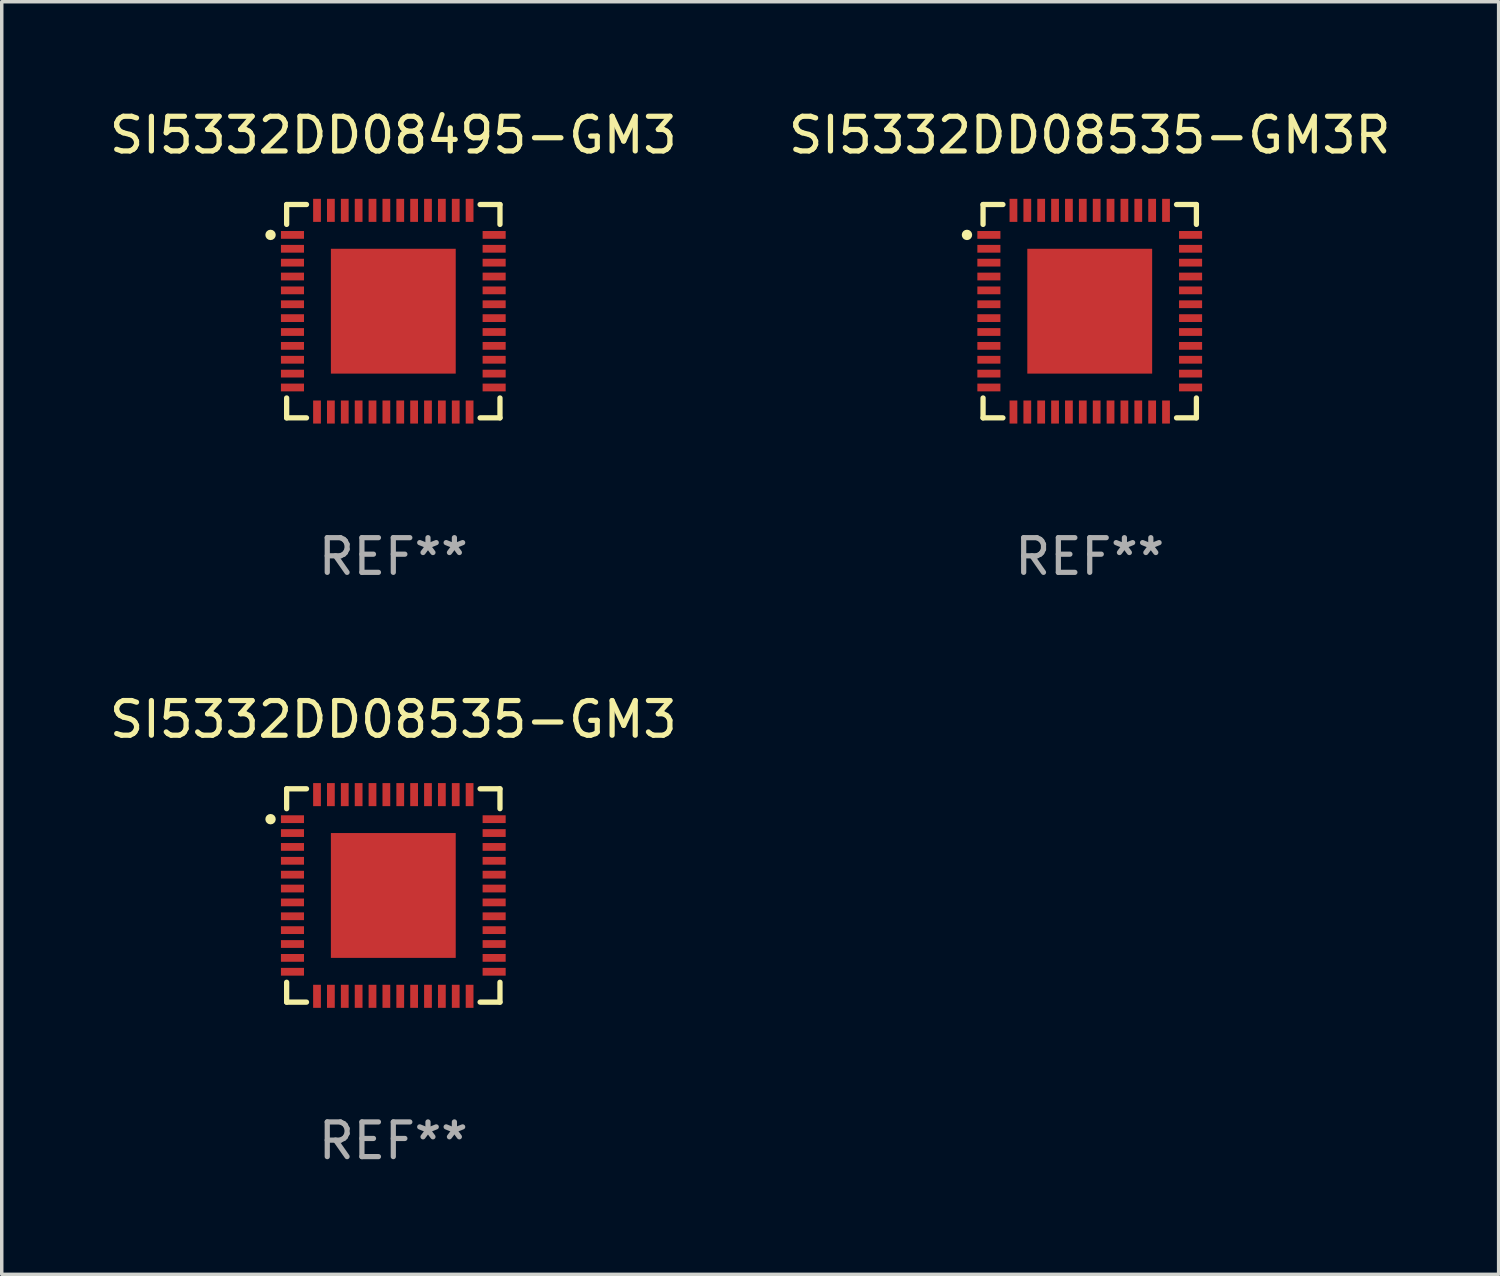
<source format=kicad_pcb>
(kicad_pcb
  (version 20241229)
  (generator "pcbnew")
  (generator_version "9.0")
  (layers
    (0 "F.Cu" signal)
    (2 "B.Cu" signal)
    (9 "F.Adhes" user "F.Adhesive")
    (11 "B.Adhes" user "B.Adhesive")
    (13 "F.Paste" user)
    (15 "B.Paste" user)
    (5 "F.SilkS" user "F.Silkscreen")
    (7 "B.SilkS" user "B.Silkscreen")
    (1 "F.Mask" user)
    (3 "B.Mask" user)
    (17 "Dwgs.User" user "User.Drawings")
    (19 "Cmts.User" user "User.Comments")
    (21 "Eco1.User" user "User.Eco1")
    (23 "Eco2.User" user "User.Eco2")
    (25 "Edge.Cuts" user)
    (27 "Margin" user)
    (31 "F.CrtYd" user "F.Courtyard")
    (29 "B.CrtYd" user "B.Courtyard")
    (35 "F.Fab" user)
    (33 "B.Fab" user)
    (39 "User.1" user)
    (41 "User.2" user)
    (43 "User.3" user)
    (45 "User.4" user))
  (footprint "SI5332DD08535-GM3R"
    (layer "F.Cu")
    (at 28.375 5.924)
    (property "Reference" "SI5332DD08535-GM3R" (at 0 -5.076 0) (layer "F.SilkS") (effects (font (size 1 1) (thickness 0.15))))
    (attr through_hole)
    (fp_line (start -3.076 -3.076) (end -3.076 -2.503) (stroke (width 0.152) (type solid)) (layer "F.SilkS"))
    (fp_line (start -3.076 3.076) (end -3.076 2.503) (stroke (width 0.152) (type solid)) (layer "F.SilkS"))
    (fp_line (start -2.503 -3.076) (end -3.076 -3.076) (stroke (width 0.152) (type solid)) (layer "F.SilkS"))
    (fp_line (start -2.503 3.076) (end -3.076 3.076) (stroke (width 0.152) (type solid)) (layer "F.SilkS"))
    (fp_line (start 2.503 -3.076) (end 3.076 -3.076) (stroke (width 0.152) (type solid)) (layer "F.SilkS"))
    (fp_line (start 2.503 3.076) (end 3.076 3.076) (stroke (width 0.152) (type solid)) (layer "F.SilkS"))
    (fp_line (start 3.076 -3.076) (end 3.076 -2.503) (stroke (width 0.152) (type solid)) (layer "F.SilkS"))
    (fp_line (start 3.076 3.076) (end 3.076 2.503) (stroke (width 0.152) (type solid)) (layer "F.SilkS"))
    (fp_circle (center -3.54 -2.2) (end -3.465 -2.2) (stroke (width 0.15) (type solid)) (fill no) (layer "F.SilkS"))
    (fp_text user "REF**" (at 0 7.076 0) (layer "F.Fab") (effects (font (size 1 1) (thickness 0.15))))
    (pad "1" smd rect (at -2.908 -2.2) (size 0.665 0.224) (layers "F.Cu" "F.Mask" "F.Paste"))
    (pad "2" smd rect (at -2.908 -1.8) (size 0.665 0.224) (layers "F.Cu" "F.Mask" "F.Paste"))
    (pad "3" smd rect (at -2.908 -1.4) (size 0.665 0.224) (layers "F.Cu" "F.Mask" "F.Paste"))
    (pad "4" smd rect (at -2.908 -1) (size 0.665 0.224) (layers "F.Cu" "F.Mask" "F.Paste"))
    (pad "5" smd rect (at -2.908 -0.6) (size 0.665 0.224) (layers "F.Cu" "F.Mask" "F.Paste"))
    (pad "6" smd rect (at -2.908 -0.2) (size 0.665 0.224) (layers "F.Cu" "F.Mask" "F.Paste"))
    (pad "7" smd rect (at -2.908 0.2) (size 0.665 0.224) (layers "F.Cu" "F.Mask" "F.Paste"))
    (pad "8" smd rect (at -2.908 0.6) (size 0.665 0.224) (layers "F.Cu" "F.Mask" "F.Paste"))
    (pad "9" smd rect (at -2.908 1) (size 0.665 0.224) (layers "F.Cu" "F.Mask" "F.Paste"))
    (pad "10" smd rect (at -2.908 1.4) (size 0.665 0.224) (layers "F.Cu" "F.Mask" "F.Paste"))
    (pad "11" smd rect (at -2.908 1.8) (size 0.665 0.224) (layers "F.Cu" "F.Mask" "F.Paste"))
    (pad "12" smd rect (at -2.908 2.2) (size 0.665 0.224) (layers "F.Cu" "F.Mask" "F.Paste"))
    (pad "13" smd rect (at -2.2 2.908) (size 0.224 0.665) (layers "F.Cu" "F.Mask" "F.Paste"))
    (pad "14" smd rect (at -1.8 2.908) (size 0.224 0.665) (layers "F.Cu" "F.Mask" "F.Paste"))
    (pad "15" smd rect (at -1.4 2.908) (size 0.224 0.665) (layers "F.Cu" "F.Mask" "F.Paste"))
    (pad "16" smd rect (at -1 2.908) (size 0.224 0.665) (layers "F.Cu" "F.Mask" "F.Paste"))
    (pad "17" smd rect (at -0.6 2.908) (size 0.224 0.665) (layers "F.Cu" "F.Mask" "F.Paste"))
    (pad "18" smd rect (at -0.2 2.908) (size 0.224 0.665) (layers "F.Cu" "F.Mask" "F.Paste"))
    (pad "19" smd rect (at 0.2 2.908) (size 0.224 0.665) (layers "F.Cu" "F.Mask" "F.Paste"))
    (pad "20" smd rect (at 0.6 2.908) (size 0.224 0.665) (layers "F.Cu" "F.Mask" "F.Paste"))
    (pad "21" smd rect (at 1 2.908) (size 0.224 0.665) (layers "F.Cu" "F.Mask" "F.Paste"))
    (pad "22" smd rect (at 1.4 2.908) (size 0.224 0.665) (layers "F.Cu" "F.Mask" "F.Paste"))
    (pad "23" smd rect (at 1.8 2.908) (size 0.224 0.665) (layers "F.Cu" "F.Mask" "F.Paste"))
    (pad "24" smd rect (at 2.2 2.908) (size 0.224 0.665) (layers "F.Cu" "F.Mask" "F.Paste"))
    (pad "25" smd rect (at 2.908 2.2) (size 0.665 0.224) (layers "F.Cu" "F.Mask" "F.Paste"))
    (pad "26" smd rect (at 2.908 1.8) (size 0.665 0.224) (layers "F.Cu" "F.Mask" "F.Paste"))
    (pad "27" smd rect (at 2.908 1.4) (size 0.665 0.224) (layers "F.Cu" "F.Mask" "F.Paste"))
    (pad "28" smd rect (at 2.908 1) (size 0.665 0.224) (layers "F.Cu" "F.Mask" "F.Paste"))
    (pad "29" smd rect (at 2.908 0.6) (size 0.665 0.224) (layers "F.Cu" "F.Mask" "F.Paste"))
    (pad "30" smd rect (at 2.908 0.2) (size 0.665 0.224) (layers "F.Cu" "F.Mask" "F.Paste"))
    (pad "31" smd rect (at 2.908 -0.2) (size 0.665 0.224) (layers "F.Cu" "F.Mask" "F.Paste"))
    (pad "32" smd rect (at 2.908 -0.6) (size 0.665 0.224) (layers "F.Cu" "F.Mask" "F.Paste"))
    (pad "33" smd rect (at 2.908 -1) (size 0.665 0.224) (layers "F.Cu" "F.Mask" "F.Paste"))
    (pad "34" smd rect (at 2.908 -1.4) (size 0.665 0.224) (layers "F.Cu" "F.Mask" "F.Paste"))
    (pad "35" smd rect (at 2.908 -1.8) (size 0.665 0.224) (layers "F.Cu" "F.Mask" "F.Paste"))
    (pad "36" smd rect (at 2.908 -2.2) (size 0.665 0.224) (layers "F.Cu" "F.Mask" "F.Paste"))
    (pad "37" smd rect (at 2.2 -2.908) (size 0.224 0.665) (layers "F.Cu" "F.Mask" "F.Paste"))
    (pad "38" smd rect (at 1.8 -2.908) (size 0.224 0.665) (layers "F.Cu" "F.Mask" "F.Paste"))
    (pad "39" smd rect (at 1.4 -2.908) (size 0.224 0.665) (layers "F.Cu" "F.Mask" "F.Paste"))
    (pad "40" smd rect (at 1 -2.908) (size 0.224 0.665) (layers "F.Cu" "F.Mask" "F.Paste"))
    (pad "41" smd rect (at 0.6 -2.908) (size 0.224 0.665) (layers "F.Cu" "F.Mask" "F.Paste"))
    (pad "42" smd rect (at 0.2 -2.908) (size 0.224 0.665) (layers "F.Cu" "F.Mask" "F.Paste"))
    (pad "43" smd rect (at -0.2 -2.908) (size 0.224 0.665) (layers "F.Cu" "F.Mask" "F.Paste"))
    (pad "44" smd rect (at -0.6 -2.908) (size 0.224 0.665) (layers "F.Cu" "F.Mask" "F.Paste"))
    (pad "45" smd rect (at -1 -2.908) (size 0.224 0.665) (layers "F.Cu" "F.Mask" "F.Paste"))
    (pad "46" smd rect (at -1.4 -2.908) (size 0.224 0.665) (layers "F.Cu" "F.Mask" "F.Paste"))
    (pad "47" smd rect (at -1.8 -2.908) (size 0.224 0.665) (layers "F.Cu" "F.Mask" "F.Paste"))
    (pad "48" smd rect (at -2.2 -2.908) (size 0.224 0.665) (layers "F.Cu" "F.Mask" "F.Paste"))
    (pad "49" smd rect (at 0 0) (size 3.6 3.6) (layers "F.Cu" "F.Mask" "F.Paste")))
  (footprint "SI5332DD08495-GM3"
    (layer "F.Cu")
    (at 8.292 5.924)
    (property "Reference" "SI5332DD08495-GM3" (at 0 -5.076 0) (layer "F.SilkS") (effects (font (size 1 1) (thickness 0.15))))
    (attr through_hole)
    (fp_line (start -3.076 -3.076) (end -3.076 -2.503) (stroke (width 0.152) (type solid)) (layer "F.SilkS"))
    (fp_line (start -3.076 3.076) (end -3.076 2.503) (stroke (width 0.152) (type solid)) (layer "F.SilkS"))
    (fp_line (start -2.503 -3.076) (end -3.076 -3.076) (stroke (width 0.152) (type solid)) (layer "F.SilkS"))
    (fp_line (start -2.503 3.076) (end -3.076 3.076) (stroke (width 0.152) (type solid)) (layer "F.SilkS"))
    (fp_line (start 2.503 -3.076) (end 3.076 -3.076) (stroke (width 0.152) (type solid)) (layer "F.SilkS"))
    (fp_line (start 2.503 3.076) (end 3.076 3.076) (stroke (width 0.152) (type solid)) (layer "F.SilkS"))
    (fp_line (start 3.076 -3.076) (end 3.076 -2.503) (stroke (width 0.152) (type solid)) (layer "F.SilkS"))
    (fp_line (start 3.076 3.076) (end 3.076 2.503) (stroke (width 0.152) (type solid)) (layer "F.SilkS"))
    (fp_circle (center -3.54 -2.2) (end -3.465 -2.2) (stroke (width 0.15) (type solid)) (fill no) (layer "F.SilkS"))
    (fp_text user "REF**" (at 0 7.076 0) (layer "F.Fab") (effects (font (size 1 1) (thickness 0.15))))
    (pad "1" smd rect (at -2.908 -2.2) (size 0.665 0.224) (layers "F.Cu" "F.Mask" "F.Paste"))
    (pad "2" smd rect (at -2.908 -1.8) (size 0.665 0.224) (layers "F.Cu" "F.Mask" "F.Paste"))
    (pad "3" smd rect (at -2.908 -1.4) (size 0.665 0.224) (layers "F.Cu" "F.Mask" "F.Paste"))
    (pad "4" smd rect (at -2.908 -1) (size 0.665 0.224) (layers "F.Cu" "F.Mask" "F.Paste"))
    (pad "5" smd rect (at -2.908 -0.6) (size 0.665 0.224) (layers "F.Cu" "F.Mask" "F.Paste"))
    (pad "6" smd rect (at -2.908 -0.2) (size 0.665 0.224) (layers "F.Cu" "F.Mask" "F.Paste"))
    (pad "7" smd rect (at -2.908 0.2) (size 0.665 0.224) (layers "F.Cu" "F.Mask" "F.Paste"))
    (pad "8" smd rect (at -2.908 0.6) (size 0.665 0.224) (layers "F.Cu" "F.Mask" "F.Paste"))
    (pad "9" smd rect (at -2.908 1) (size 0.665 0.224) (layers "F.Cu" "F.Mask" "F.Paste"))
    (pad "10" smd rect (at -2.908 1.4) (size 0.665 0.224) (layers "F.Cu" "F.Mask" "F.Paste"))
    (pad "11" smd rect (at -2.908 1.8) (size 0.665 0.224) (layers "F.Cu" "F.Mask" "F.Paste"))
    (pad "12" smd rect (at -2.908 2.2) (size 0.665 0.224) (layers "F.Cu" "F.Mask" "F.Paste"))
    (pad "13" smd rect (at -2.2 2.908) (size 0.224 0.665) (layers "F.Cu" "F.Mask" "F.Paste"))
    (pad "14" smd rect (at -1.8 2.908) (size 0.224 0.665) (layers "F.Cu" "F.Mask" "F.Paste"))
    (pad "15" smd rect (at -1.4 2.908) (size 0.224 0.665) (layers "F.Cu" "F.Mask" "F.Paste"))
    (pad "16" smd rect (at -1 2.908) (size 0.224 0.665) (layers "F.Cu" "F.Mask" "F.Paste"))
    (pad "17" smd rect (at -0.6 2.908) (size 0.224 0.665) (layers "F.Cu" "F.Mask" "F.Paste"))
    (pad "18" smd rect (at -0.2 2.908) (size 0.224 0.665) (layers "F.Cu" "F.Mask" "F.Paste"))
    (pad "19" smd rect (at 0.2 2.908) (size 0.224 0.665) (layers "F.Cu" "F.Mask" "F.Paste"))
    (pad "20" smd rect (at 0.6 2.908) (size 0.224 0.665) (layers "F.Cu" "F.Mask" "F.Paste"))
    (pad "21" smd rect (at 1 2.908) (size 0.224 0.665) (layers "F.Cu" "F.Mask" "F.Paste"))
    (pad "22" smd rect (at 1.4 2.908) (size 0.224 0.665) (layers "F.Cu" "F.Mask" "F.Paste"))
    (pad "23" smd rect (at 1.8 2.908) (size 0.224 0.665) (layers "F.Cu" "F.Mask" "F.Paste"))
    (pad "24" smd rect (at 2.2 2.908) (size 0.224 0.665) (layers "F.Cu" "F.Mask" "F.Paste"))
    (pad "25" smd rect (at 2.908 2.2) (size 0.665 0.224) (layers "F.Cu" "F.Mask" "F.Paste"))
    (pad "26" smd rect (at 2.908 1.8) (size 0.665 0.224) (layers "F.Cu" "F.Mask" "F.Paste"))
    (pad "27" smd rect (at 2.908 1.4) (size 0.665 0.224) (layers "F.Cu" "F.Mask" "F.Paste"))
    (pad "28" smd rect (at 2.908 1) (size 0.665 0.224) (layers "F.Cu" "F.Mask" "F.Paste"))
    (pad "29" smd rect (at 2.908 0.6) (size 0.665 0.224) (layers "F.Cu" "F.Mask" "F.Paste"))
    (pad "30" smd rect (at 2.908 0.2) (size 0.665 0.224) (layers "F.Cu" "F.Mask" "F.Paste"))
    (pad "31" smd rect (at 2.908 -0.2) (size 0.665 0.224) (layers "F.Cu" "F.Mask" "F.Paste"))
    (pad "32" smd rect (at 2.908 -0.6) (size 0.665 0.224) (layers "F.Cu" "F.Mask" "F.Paste"))
    (pad "33" smd rect (at 2.908 -1) (size 0.665 0.224) (layers "F.Cu" "F.Mask" "F.Paste"))
    (pad "34" smd rect (at 2.908 -1.4) (size 0.665 0.224) (layers "F.Cu" "F.Mask" "F.Paste"))
    (pad "35" smd rect (at 2.908 -1.8) (size 0.665 0.224) (layers "F.Cu" "F.Mask" "F.Paste"))
    (pad "36" smd rect (at 2.908 -2.2) (size 0.665 0.224) (layers "F.Cu" "F.Mask" "F.Paste"))
    (pad "37" smd rect (at 2.2 -2.908) (size 0.224 0.665) (layers "F.Cu" "F.Mask" "F.Paste"))
    (pad "38" smd rect (at 1.8 -2.908) (size 0.224 0.665) (layers "F.Cu" "F.Mask" "F.Paste"))
    (pad "39" smd rect (at 1.4 -2.908) (size 0.224 0.665) (layers "F.Cu" "F.Mask" "F.Paste"))
    (pad "40" smd rect (at 1 -2.908) (size 0.224 0.665) (layers "F.Cu" "F.Mask" "F.Paste"))
    (pad "41" smd rect (at 0.6 -2.908) (size 0.224 0.665) (layers "F.Cu" "F.Mask" "F.Paste"))
    (pad "42" smd rect (at 0.2 -2.908) (size 0.224 0.665) (layers "F.Cu" "F.Mask" "F.Paste"))
    (pad "43" smd rect (at -0.2 -2.908) (size 0.224 0.665) (layers "F.Cu" "F.Mask" "F.Paste"))
    (pad "44" smd rect (at -0.6 -2.908) (size 0.224 0.665) (layers "F.Cu" "F.Mask" "F.Paste"))
    (pad "45" smd rect (at -1 -2.908) (size 0.224 0.665) (layers "F.Cu" "F.Mask" "F.Paste"))
    (pad "46" smd rect (at -1.4 -2.908) (size 0.224 0.665) (layers "F.Cu" "F.Mask" "F.Paste"))
    (pad "47" smd rect (at -1.8 -2.908) (size 0.224 0.665) (layers "F.Cu" "F.Mask" "F.Paste"))
    (pad "48" smd rect (at -2.2 -2.908) (size 0.224 0.665) (layers "F.Cu" "F.Mask" "F.Paste"))
    (pad "49" smd rect (at 0 0) (size 3.6 3.6) (layers "F.Cu" "F.Mask" "F.Paste")))
  (footprint "SI5332DD08535-GM3"
    (layer "F.Cu")
    (at 8.292 22.773)
    (property "Reference" "SI5332DD08535-GM3" (at 0 -5.076 0) (layer "F.SilkS") (effects (font (size 1 1) (thickness 0.15))))
    (attr through_hole)
    (fp_line (start -3.076 -3.076) (end -3.076 -2.503) (stroke (width 0.152) (type solid)) (layer "F.SilkS"))
    (fp_line (start -3.076 3.076) (end -3.076 2.503) (stroke (width 0.152) (type solid)) (layer "F.SilkS"))
    (fp_line (start -2.503 -3.076) (end -3.076 -3.076) (stroke (width 0.152) (type solid)) (layer "F.SilkS"))
    (fp_line (start -2.503 3.076) (end -3.076 3.076) (stroke (width 0.152) (type solid)) (layer "F.SilkS"))
    (fp_line (start 2.503 -3.076) (end 3.076 -3.076) (stroke (width 0.152) (type solid)) (layer "F.SilkS"))
    (fp_line (start 2.503 3.076) (end 3.076 3.076) (stroke (width 0.152) (type solid)) (layer "F.SilkS"))
    (fp_line (start 3.076 -3.076) (end 3.076 -2.503) (stroke (width 0.152) (type solid)) (layer "F.SilkS"))
    (fp_line (start 3.076 3.076) (end 3.076 2.503) (stroke (width 0.152) (type solid)) (layer "F.SilkS"))
    (fp_circle (center -3.54 -2.2) (end -3.465 -2.2) (stroke (width 0.15) (type solid)) (fill no) (layer "F.SilkS"))
    (fp_text user "REF**" (at 0 7.076 0) (layer "F.Fab") (effects (font (size 1 1) (thickness 0.15))))
    (pad "1" smd rect (at -2.908 -2.2) (size 0.665 0.224) (layers "F.Cu" "F.Mask" "F.Paste"))
    (pad "2" smd rect (at -2.908 -1.8) (size 0.665 0.224) (layers "F.Cu" "F.Mask" "F.Paste"))
    (pad "3" smd rect (at -2.908 -1.4) (size 0.665 0.224) (layers "F.Cu" "F.Mask" "F.Paste"))
    (pad "4" smd rect (at -2.908 -1) (size 0.665 0.224) (layers "F.Cu" "F.Mask" "F.Paste"))
    (pad "5" smd rect (at -2.908 -0.6) (size 0.665 0.224) (layers "F.Cu" "F.Mask" "F.Paste"))
    (pad "6" smd rect (at -2.908 -0.2) (size 0.665 0.224) (layers "F.Cu" "F.Mask" "F.Paste"))
    (pad "7" smd rect (at -2.908 0.2) (size 0.665 0.224) (layers "F.Cu" "F.Mask" "F.Paste"))
    (pad "8" smd rect (at -2.908 0.6) (size 0.665 0.224) (layers "F.Cu" "F.Mask" "F.Paste"))
    (pad "9" smd rect (at -2.908 1) (size 0.665 0.224) (layers "F.Cu" "F.Mask" "F.Paste"))
    (pad "10" smd rect (at -2.908 1.4) (size 0.665 0.224) (layers "F.Cu" "F.Mask" "F.Paste"))
    (pad "11" smd rect (at -2.908 1.8) (size 0.665 0.224) (layers "F.Cu" "F.Mask" "F.Paste"))
    (pad "12" smd rect (at -2.908 2.2) (size 0.665 0.224) (layers "F.Cu" "F.Mask" "F.Paste"))
    (pad "13" smd rect (at -2.2 2.908) (size 0.224 0.665) (layers "F.Cu" "F.Mask" "F.Paste"))
    (pad "14" smd rect (at -1.8 2.908) (size 0.224 0.665) (layers "F.Cu" "F.Mask" "F.Paste"))
    (pad "15" smd rect (at -1.4 2.908) (size 0.224 0.665) (layers "F.Cu" "F.Mask" "F.Paste"))
    (pad "16" smd rect (at -1 2.908) (size 0.224 0.665) (layers "F.Cu" "F.Mask" "F.Paste"))
    (pad "17" smd rect (at -0.6 2.908) (size 0.224 0.665) (layers "F.Cu" "F.Mask" "F.Paste"))
    (pad "18" smd rect (at -0.2 2.908) (size 0.224 0.665) (layers "F.Cu" "F.Mask" "F.Paste"))
    (pad "19" smd rect (at 0.2 2.908) (size 0.224 0.665) (layers "F.Cu" "F.Mask" "F.Paste"))
    (pad "20" smd rect (at 0.6 2.908) (size 0.224 0.665) (layers "F.Cu" "F.Mask" "F.Paste"))
    (pad "21" smd rect (at 1 2.908) (size 0.224 0.665) (layers "F.Cu" "F.Mask" "F.Paste"))
    (pad "22" smd rect (at 1.4 2.908) (size 0.224 0.665) (layers "F.Cu" "F.Mask" "F.Paste"))
    (pad "23" smd rect (at 1.8 2.908) (size 0.224 0.665) (layers "F.Cu" "F.Mask" "F.Paste"))
    (pad "24" smd rect (at 2.2 2.908) (size 0.224 0.665) (layers "F.Cu" "F.Mask" "F.Paste"))
    (pad "25" smd rect (at 2.908 2.2) (size 0.665 0.224) (layers "F.Cu" "F.Mask" "F.Paste"))
    (pad "26" smd rect (at 2.908 1.8) (size 0.665 0.224) (layers "F.Cu" "F.Mask" "F.Paste"))
    (pad "27" smd rect (at 2.908 1.4) (size 0.665 0.224) (layers "F.Cu" "F.Mask" "F.Paste"))
    (pad "28" smd rect (at 2.908 1) (size 0.665 0.224) (layers "F.Cu" "F.Mask" "F.Paste"))
    (pad "29" smd rect (at 2.908 0.6) (size 0.665 0.224) (layers "F.Cu" "F.Mask" "F.Paste"))
    (pad "30" smd rect (at 2.908 0.2) (size 0.665 0.224) (layers "F.Cu" "F.Mask" "F.Paste"))
    (pad "31" smd rect (at 2.908 -0.2) (size 0.665 0.224) (layers "F.Cu" "F.Mask" "F.Paste"))
    (pad "32" smd rect (at 2.908 -0.6) (size 0.665 0.224) (layers "F.Cu" "F.Mask" "F.Paste"))
    (pad "33" smd rect (at 2.908 -1) (size 0.665 0.224) (layers "F.Cu" "F.Mask" "F.Paste"))
    (pad "34" smd rect (at 2.908 -1.4) (size 0.665 0.224) (layers "F.Cu" "F.Mask" "F.Paste"))
    (pad "35" smd rect (at 2.908 -1.8) (size 0.665 0.224) (layers "F.Cu" "F.Mask" "F.Paste"))
    (pad "36" smd rect (at 2.908 -2.2) (size 0.665 0.224) (layers "F.Cu" "F.Mask" "F.Paste"))
    (pad "37" smd rect (at 2.2 -2.908) (size 0.224 0.665) (layers "F.Cu" "F.Mask" "F.Paste"))
    (pad "38" smd rect (at 1.8 -2.908) (size 0.224 0.665) (layers "F.Cu" "F.Mask" "F.Paste"))
    (pad "39" smd rect (at 1.4 -2.908) (size 0.224 0.665) (layers "F.Cu" "F.Mask" "F.Paste"))
    (pad "40" smd rect (at 1 -2.908) (size 0.224 0.665) (layers "F.Cu" "F.Mask" "F.Paste"))
    (pad "41" smd rect (at 0.6 -2.908) (size 0.224 0.665) (layers "F.Cu" "F.Mask" "F.Paste"))
    (pad "42" smd rect (at 0.2 -2.908) (size 0.224 0.665) (layers "F.Cu" "F.Mask" "F.Paste"))
    (pad "43" smd rect (at -0.2 -2.908) (size 0.224 0.665) (layers "F.Cu" "F.Mask" "F.Paste"))
    (pad "44" smd rect (at -0.6 -2.908) (size 0.224 0.665) (layers "F.Cu" "F.Mask" "F.Paste"))
    (pad "45" smd rect (at -1 -2.908) (size 0.224 0.665) (layers "F.Cu" "F.Mask" "F.Paste"))
    (pad "46" smd rect (at -1.4 -2.908) (size 0.224 0.665) (layers "F.Cu" "F.Mask" "F.Paste"))
    (pad "47" smd rect (at -1.8 -2.908) (size 0.224 0.665) (layers "F.Cu" "F.Mask" "F.Paste"))
    (pad "48" smd rect (at -2.2 -2.908) (size 0.224 0.665) (layers "F.Cu" "F.Mask" "F.Paste"))
    (pad "49" smd rect (at 0 0) (size 3.6 3.6) (layers "F.Cu" "F.Mask" "F.Paste")))
  (gr_rect
    (start -3 -3)
    (end 40.167 33.698)
    (stroke (width 0.1) (type default))
    (fill no)
    (layer "Edge.Cuts")))
</source>
